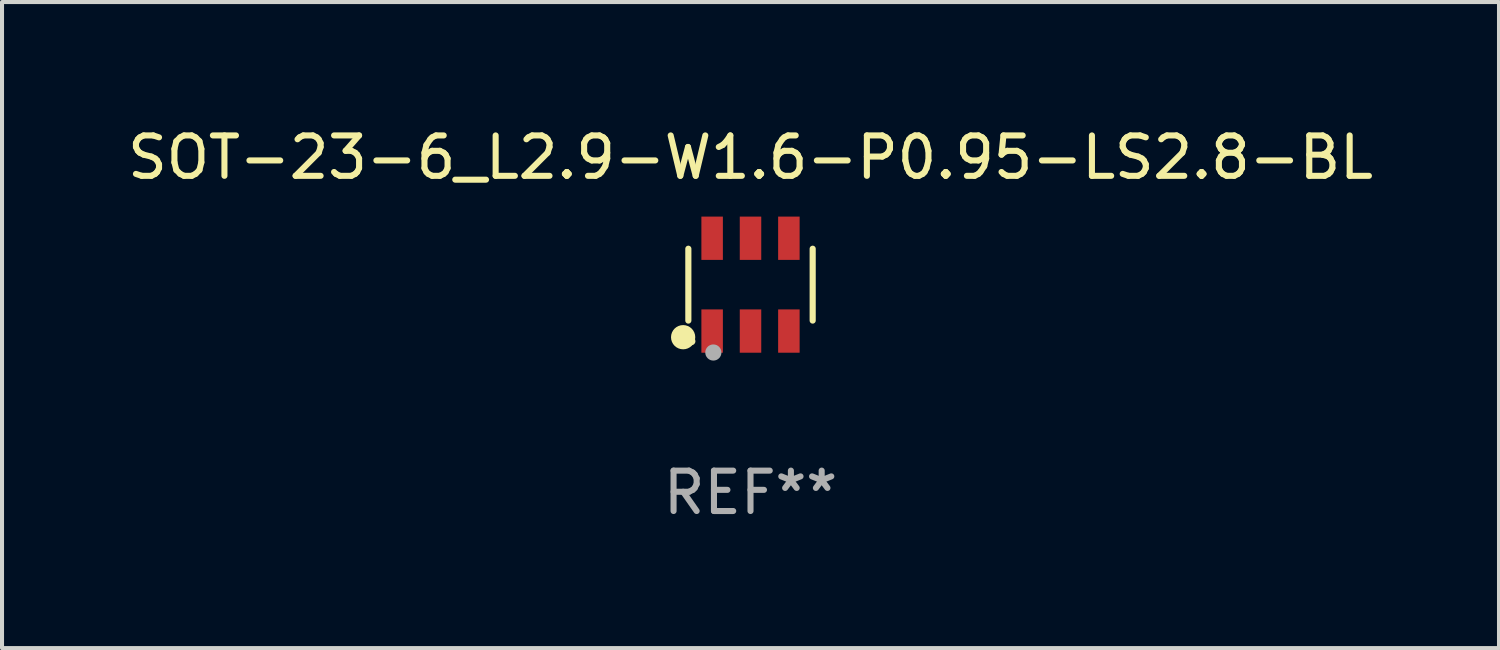
<source format=kicad_pcb>
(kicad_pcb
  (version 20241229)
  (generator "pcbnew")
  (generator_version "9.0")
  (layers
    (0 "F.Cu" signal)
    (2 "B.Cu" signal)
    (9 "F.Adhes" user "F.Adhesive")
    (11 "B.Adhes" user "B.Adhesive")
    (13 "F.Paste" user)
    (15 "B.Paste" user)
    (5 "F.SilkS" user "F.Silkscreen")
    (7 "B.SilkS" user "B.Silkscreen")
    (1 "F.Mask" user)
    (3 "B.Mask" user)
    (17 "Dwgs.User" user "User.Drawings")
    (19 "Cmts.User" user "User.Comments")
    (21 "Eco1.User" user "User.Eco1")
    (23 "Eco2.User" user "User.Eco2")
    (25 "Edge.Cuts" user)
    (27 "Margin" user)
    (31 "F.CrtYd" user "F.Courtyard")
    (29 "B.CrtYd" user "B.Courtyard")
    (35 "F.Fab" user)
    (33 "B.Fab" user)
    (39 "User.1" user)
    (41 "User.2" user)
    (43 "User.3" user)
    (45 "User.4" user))
  (footprint "SOT-23-6_L2.9-W1.6-P0.95-LS2.8-BL"
    (layer "F.Cu")
    (at 15.53 3.997)
    (property "Reference" "SOT-23-6_L2.9-W1.6-P0.95-LS2.8-BL" (at 0 -3.149 0) (layer "F.SilkS") (effects (font (size 1 1) (thickness 0.15))))
    (attr through_hole)
    (fp_line (start -1.539 0.889) (end -1.539 -0.889) (stroke (width 0.152) (type solid)) (layer "F.SilkS"))
    (fp_line (start 1.539 0.889) (end 1.539 -0.889) (stroke (width 0.152) (type solid)) (layer "F.SilkS"))
    (fp_circle (center -1.668 1.301) (end -1.518 1.301) (stroke (width 0.3) (type solid)) (fill no) (layer "F.SilkS"))
    (fp_circle (center -1.463 1.4) (end -1.413 1.4) (stroke (width 0.1) (type solid)) (fill no) (layer "F.SilkS"))
    (fp_circle (center -0.92 1.68) (end -0.82 1.68) (stroke (width 0.2) (type solid)) (fill no) (layer "F.Fab"))
    (fp_text user "REF**" (at 0 5.149 0) (layer "F.Fab") (effects (font (size 1 1) (thickness 0.15))))
    (pad "1" smd rect (at -0.95 1.149) (size 0.532 1.072) (layers "F.Cu" "F.Mask" "F.Paste"))
    (pad "2" smd rect (at 0 1.149) (size 0.532 1.072) (layers "F.Cu" "F.Mask" "F.Paste"))
    (pad "3" smd rect (at 0.95 1.149) (size 0.532 1.072) (layers "F.Cu" "F.Mask" "F.Paste"))
    (pad "4" smd rect (at 0.95 -1.149) (size 0.532 1.072) (layers "F.Cu" "F.Mask" "F.Paste"))
    (pad "5" smd rect (at 0 -1.149) (size 0.532 1.072) (layers "F.Cu" "F.Mask" "F.Paste"))
    (pad "6" smd rect (at -0.95 -1.149) (size 0.532 1.072) (layers "F.Cu" "F.Mask" "F.Paste")))
  (gr_rect
    (start -3 -3)
    (end 34.06 12.995)
    (stroke (width 0.1) (type default))
    (fill no)
    (layer "Edge.Cuts")))
</source>
